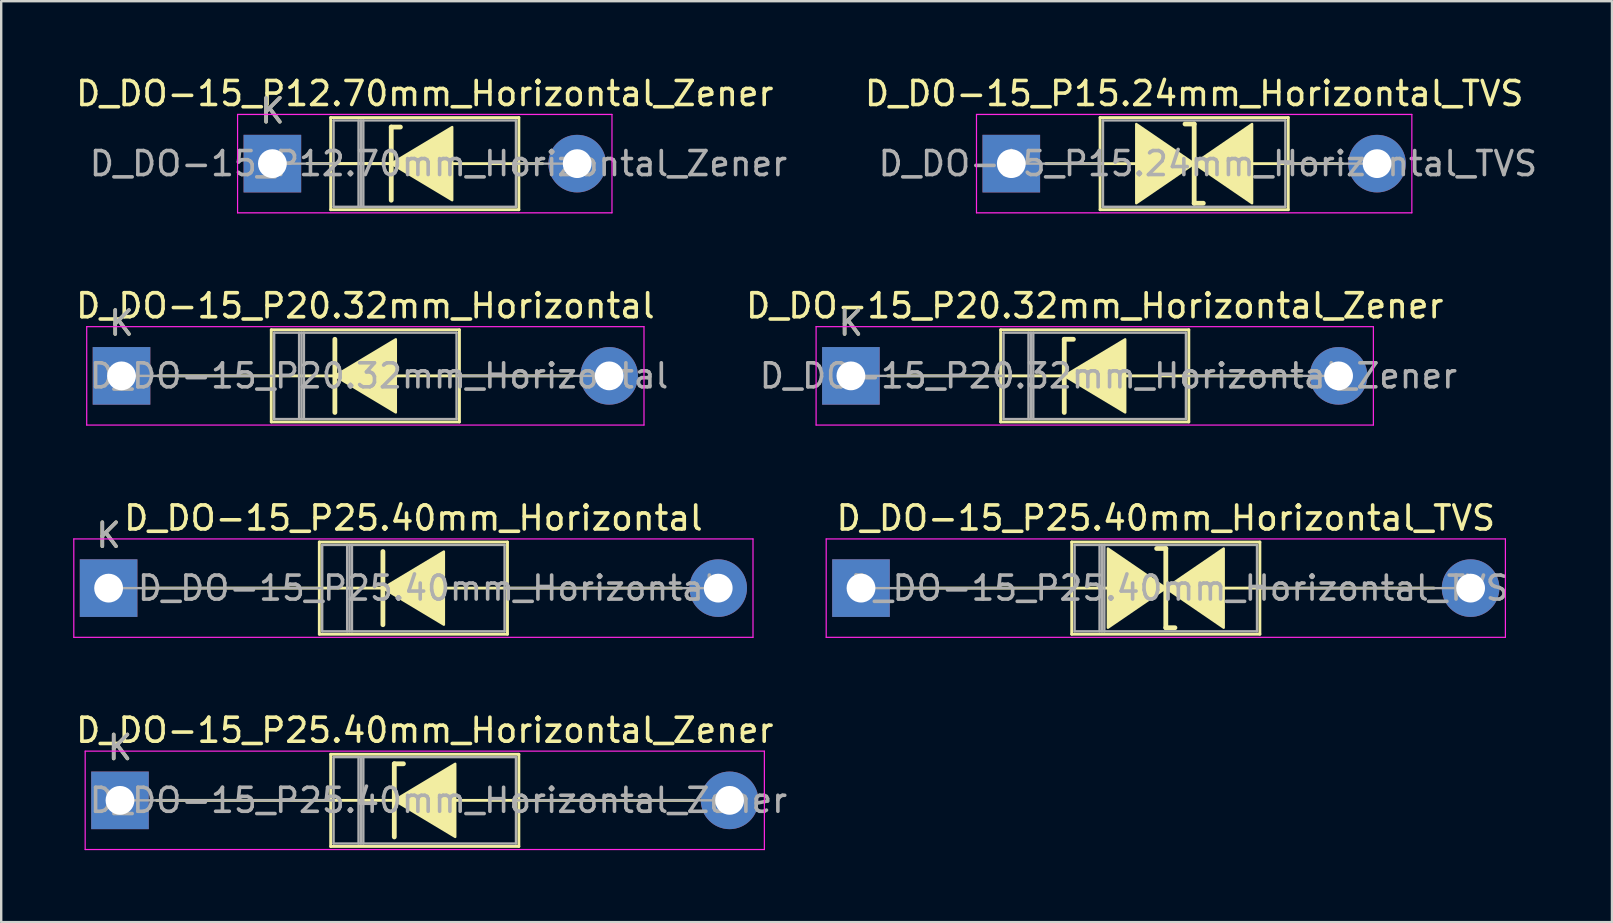
<source format=kicad_pcb>
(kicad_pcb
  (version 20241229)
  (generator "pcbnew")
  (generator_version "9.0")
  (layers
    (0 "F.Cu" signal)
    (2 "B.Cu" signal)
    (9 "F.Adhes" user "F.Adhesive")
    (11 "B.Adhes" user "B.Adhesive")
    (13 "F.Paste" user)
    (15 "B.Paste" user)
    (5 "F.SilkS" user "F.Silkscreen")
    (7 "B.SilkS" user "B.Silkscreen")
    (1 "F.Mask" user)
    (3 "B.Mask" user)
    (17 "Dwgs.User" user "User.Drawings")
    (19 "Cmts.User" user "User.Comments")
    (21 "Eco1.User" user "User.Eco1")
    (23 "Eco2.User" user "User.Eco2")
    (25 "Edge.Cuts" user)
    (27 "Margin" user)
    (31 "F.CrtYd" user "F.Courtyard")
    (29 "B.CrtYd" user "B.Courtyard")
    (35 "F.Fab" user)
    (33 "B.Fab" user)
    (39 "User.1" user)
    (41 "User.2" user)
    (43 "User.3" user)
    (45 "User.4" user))
  (footprint "D_DO-15_P12.70mm_Horizontal_Zener"
    (layer "F.Cu")
    (at 8.299 3.768)
    (property "Reference" "D_DO-15_P12.70mm_Horizontal_Zener" (at 6.35 -2.92 0) (layer "F.SilkS") (effects (font (size 1 1) (thickness 0.15))))
    (attr through_hole)
    (fp_line (start 1.44 0) (end 2.43 0) (stroke (width 0.12) (type solid)) (layer "F.SilkS"))
    (fp_line (start 2.413 0) (end 4.8 0) (stroke (width 0.12) (type solid)) (layer "F.SilkS"))
    (fp_line (start 2.43 -1.92) (end 2.43 1.92) (stroke (width 0.12) (type solid)) (layer "F.SilkS"))
    (fp_line (start 2.43 1.92) (end 10.27 1.92) (stroke (width 0.12) (type solid)) (layer "F.SilkS"))
    (fp_line (start 4.953 -1.524) (end 4.953 1.524) (stroke (width 0.2) (type solid)) (layer "F.SilkS"))
    (fp_line (start 4.953 -1.524) (end 5.334 -1.524) (stroke (width 0.2) (type solid)) (layer "F.SilkS"))
    (fp_line (start 4.953 0) (end 2.8 0) (stroke (width 0.12) (type solid)) (layer "F.SilkS"))
    (fp_line (start 10.27 -1.92) (end 2.43 -1.92) (stroke (width 0.12) (type solid)) (layer "F.SilkS"))
    (fp_line (start 10.27 0) (end 7.493 0) (stroke (width 0.12) (type solid)) (layer "F.SilkS"))
    (fp_line (start 10.27 1.92) (end 10.27 -1.92) (stroke (width 0.12) (type solid)) (layer "F.SilkS"))
    (fp_line (start 11.26 0) (end 10.27 0) (stroke (width 0.12) (type solid)) (layer "F.SilkS"))
    (fp_poly (pts (xy 7.493 1.524) (xy 4.953 0) (xy 7.493 -1.524)) (stroke (width 0.1) (type solid)) (fill yes) (layer "F.SilkS"))
    (fp_line (start -1.45 -2.05) (end -1.45 2.05) (stroke (width 0.05) (type solid)) (layer "F.CrtYd"))
    (fp_line (start -1.45 2.05) (end 14.15 2.05) (stroke (width 0.05) (type solid)) (layer "F.CrtYd"))
    (fp_line (start 14.15 -2.05) (end -1.45 -2.05) (stroke (width 0.05) (type solid)) (layer "F.CrtYd"))
    (fp_line (start 14.15 2.05) (end 14.15 -2.05) (stroke (width 0.05) (type solid)) (layer "F.CrtYd"))
    (fp_line (start 0 0) (end 2.55 0) (stroke (width 0.1) (type solid)) (layer "F.Fab"))
    (fp_line (start 2.55 -1.8) (end 2.55 1.8) (stroke (width 0.1) (type solid)) (layer "F.Fab"))
    (fp_line (start 2.55 1.8) (end 10.15 1.8) (stroke (width 0.1) (type solid)) (layer "F.Fab"))
    (fp_line (start 3.59 -1.8) (end 3.59 1.8) (stroke (width 0.1) (type solid)) (layer "F.Fab"))
    (fp_line (start 3.69 -1.8) (end 3.69 1.8) (stroke (width 0.1) (type solid)) (layer "F.Fab"))
    (fp_line (start 3.79 -1.8) (end 3.79 1.8) (stroke (width 0.1) (type solid)) (layer "F.Fab"))
    (fp_line (start 10.15 -1.8) (end 2.55 -1.8) (stroke (width 0.1) (type solid)) (layer "F.Fab"))
    (fp_line (start 10.15 1.8) (end 10.15 -1.8) (stroke (width 0.1) (type solid)) (layer "F.Fab"))
    (fp_line (start 12.7 0) (end 10.15 0) (stroke (width 0.1) (type solid)) (layer "F.Fab"))
    (fp_text user "K" (at 0 -2.2 0) (layer "F.SilkS") (effects (font (size 1 1) (thickness 0.15))))
    (fp_text user "K" (at 0 -2.2 0) (layer "F.Fab") (effects (font (size 1 1) (thickness 0.15))))
    (fp_text user "${REFERENCE}" (at 6.92 0 0) (layer "F.Fab") (effects (font (size 1 1) (thickness 0.15))))
    (pad "1" thru_hole rect (at 0 0) (size 2.4 2.4) (drill 1.2) (layers "*.Cu" "*.Mask"))
    (pad "2" thru_hole oval (at 12.7 0) (size 2.4 2.4) (drill 1.2) (layers "*.Cu" "*.Mask")))
  (footprint "D_DO-15_P15.24mm_Horizontal_TVS"
    (layer "F.Cu")
    (at 39.087 3.768)
    (property "Reference" "D_DO-15_P15.24mm_Horizontal_TVS" (at 7.62 -2.92 0) (layer "F.SilkS") (effects (font (size 1 1) (thickness 0.15))))
    (attr through_hole)
    (fp_line (start 1.44 0) (end 3.7 0) (stroke (width 0.12) (type solid)) (layer "F.SilkS"))
    (fp_line (start 3.683 0) (end 5.207 0) (stroke (width 0.12) (type solid)) (layer "F.SilkS"))
    (fp_line (start 3.7 -1.92) (end 3.7 1.92) (stroke (width 0.12) (type solid)) (layer "F.SilkS"))
    (fp_line (start 3.7 1.92) (end 11.54 1.92) (stroke (width 0.12) (type solid)) (layer "F.SilkS"))
    (fp_line (start 7.62 -1.651) (end 7.239 -1.651) (stroke (width 0.2) (type solid)) (layer "F.SilkS"))
    (fp_line (start 7.62 1.651) (end 7.62 -1.651) (stroke (width 0.2) (type solid)) (layer "F.SilkS"))
    (fp_line (start 8.001 1.651) (end 7.62 1.651) (stroke (width 0.2) (type solid)) (layer "F.SilkS"))
    (fp_line (start 11.54 -1.92) (end 3.7 -1.92) (stroke (width 0.12) (type solid)) (layer "F.SilkS"))
    (fp_line (start 11.54 1.92) (end 11.54 -1.92) (stroke (width 0.12) (type solid)) (layer "F.SilkS"))
    (fp_line (start 11.557 0) (end 10.033 0) (stroke (width 0.12) (type solid)) (layer "F.SilkS"))
    (fp_line (start 13.8 0) (end 11.54 0) (stroke (width 0.12) (type solid)) (layer "F.SilkS"))
    (fp_poly (pts (xy 7.62 0) (xy 5.207 1.651) (xy 5.207 -1.651)) (stroke (width 0.1) (type solid)) (fill yes) (layer "F.SilkS"))
    (fp_poly (pts (xy 7.62 0) (xy 10.033 -1.651) (xy 10.033 1.651)) (stroke (width 0.1) (type solid)) (fill yes) (layer "F.SilkS"))
    (fp_line (start -1.45 -2.05) (end -1.45 2.05) (stroke (width 0.05) (type solid)) (layer "F.CrtYd"))
    (fp_line (start -1.45 2.05) (end 16.69 2.05) (stroke (width 0.05) (type solid)) (layer "F.CrtYd"))
    (fp_line (start 16.69 -2.05) (end -1.45 -2.05) (stroke (width 0.05) (type solid)) (layer "F.CrtYd"))
    (fp_line (start 16.69 2.05) (end 16.69 -2.05) (stroke (width 0.05) (type solid)) (layer "F.CrtYd"))
    (fp_line (start 0 0) (end 3.82 0) (stroke (width 0.1) (type solid)) (layer "F.Fab"))
    (fp_line (start 3.82 -1.8) (end 3.82 1.8) (stroke (width 0.1) (type solid)) (layer "F.Fab"))
    (fp_line (start 3.82 1.8) (end 11.42 1.8) (stroke (width 0.1) (type solid)) (layer "F.Fab"))
    (fp_line (start 11.42 -1.8) (end 3.82 -1.8) (stroke (width 0.1) (type solid)) (layer "F.Fab"))
    (fp_line (start 11.42 1.8) (end 11.42 -1.8) (stroke (width 0.1) (type solid)) (layer "F.Fab"))
    (fp_line (start 15.24 0) (end 11.42 0) (stroke (width 0.1) (type solid)) (layer "F.Fab"))
    (fp_text user "${REFERENCE}" (at 8.19 0 0) (layer "F.Fab") (effects (font (size 1 1) (thickness 0.15))))
    (pad "1" thru_hole rect (at 0 0) (size 2.4 2.4) (drill 1.2) (layers "*.Cu" "*.Mask"))
    (pad "2" thru_hole oval (at 15.24 0) (size 2.4 2.4) (drill 1.2) (layers "*.Cu" "*.Mask")))
  (footprint "D_DO-15_P25.40mm_Horizontal_Zener"
    (layer "F.Cu")
    (at 1.949 30.298)
    (property "Reference" "D_DO-15_P25.40mm_Horizontal_Zener" (at 12.7 -2.92 0) (layer "F.SilkS") (effects (font (size 1 1) (thickness 0.15))))
    (attr through_hole)
    (fp_line (start 1.524 0) (end 8.78 0) (stroke (width 0.12) (type solid)) (layer "F.SilkS"))
    (fp_line (start 8.78 -1.92) (end 8.78 1.92) (stroke (width 0.12) (type solid)) (layer "F.SilkS"))
    (fp_line (start 8.78 1.92) (end 16.62 1.92) (stroke (width 0.12) (type solid)) (layer "F.SilkS"))
    (fp_line (start 11.43 -1.524) (end 11.43 1.524) (stroke (width 0.2) (type solid)) (layer "F.SilkS"))
    (fp_line (start 11.43 -1.524) (end 11.811 -1.524) (stroke (width 0.2) (type solid)) (layer "F.SilkS"))
    (fp_line (start 11.43 0) (end 8.78 0) (stroke (width 0.12) (type solid)) (layer "F.SilkS"))
    (fp_line (start 16.62 -1.92) (end 8.78 -1.92) (stroke (width 0.12) (type solid)) (layer "F.SilkS"))
    (fp_line (start 16.62 0) (end 13.97 0) (stroke (width 0.12) (type solid)) (layer "F.SilkS"))
    (fp_line (start 16.62 1.92) (end 16.62 -1.92) (stroke (width 0.12) (type solid)) (layer "F.SilkS"))
    (fp_line (start 23.876 0) (end 16.62 0) (stroke (width 0.12) (type solid)) (layer "F.SilkS"))
    (fp_poly (pts (xy 13.97 1.524) (xy 11.43 0) (xy 13.97 -1.524)) (stroke (width 0.1) (type solid)) (fill yes) (layer "F.SilkS"))
    (fp_line (start -1.45 -2.05) (end -1.45 2.05) (stroke (width 0.05) (type solid)) (layer "F.CrtYd"))
    (fp_line (start -1.45 2.05) (end 26.85 2.05) (stroke (width 0.05) (type solid)) (layer "F.CrtYd"))
    (fp_line (start 26.85 -2.05) (end -1.45 -2.05) (stroke (width 0.05) (type solid)) (layer "F.CrtYd"))
    (fp_line (start 26.85 2.05) (end 26.85 -2.05) (stroke (width 0.05) (type solid)) (layer "F.CrtYd"))
    (fp_line (start 0 0) (end 8.9 0) (stroke (width 0.1) (type solid)) (layer "F.Fab"))
    (fp_line (start 8.9 -1.8) (end 8.9 1.8) (stroke (width 0.1) (type solid)) (layer "F.Fab"))
    (fp_line (start 8.9 1.8) (end 16.5 1.8) (stroke (width 0.1) (type solid)) (layer "F.Fab"))
    (fp_line (start 9.94 -1.8) (end 9.94 1.8) (stroke (width 0.1) (type solid)) (layer "F.Fab"))
    (fp_line (start 10.04 -1.8) (end 10.04 1.8) (stroke (width 0.1) (type solid)) (layer "F.Fab"))
    (fp_line (start 10.14 -1.8) (end 10.14 1.8) (stroke (width 0.1) (type solid)) (layer "F.Fab"))
    (fp_line (start 16.5 -1.8) (end 8.9 -1.8) (stroke (width 0.1) (type solid)) (layer "F.Fab"))
    (fp_line (start 16.5 1.8) (end 16.5 -1.8) (stroke (width 0.1) (type solid)) (layer "F.Fab"))
    (fp_line (start 25.4 0) (end 16.5 0) (stroke (width 0.1) (type solid)) (layer "F.Fab"))
    (fp_text user "K" (at 0 -2.2 0) (layer "F.SilkS") (effects (font (size 1 1) (thickness 0.15))))
    (fp_text user "${REFERENCE}" (at 13.27 0 0) (layer "F.Fab") (effects (font (size 1 1) (thickness 0.15))))
    (fp_text user "K" (at 0 -2.2 0) (layer "F.Fab") (effects (font (size 1 1) (thickness 0.15))))
    (pad "1" thru_hole rect (at 0 0) (size 2.4 2.4) (drill 1.2) (layers "*.Cu" "*.Mask"))
    (pad "2" thru_hole oval (at 25.4 0) (size 2.4 2.4) (drill 1.2) (layers "*.Cu" "*.Mask")))
  (footprint "D_DO-15_P25.40mm_Horizontal"
    (layer "F.Cu")
    (at 1.475 21.455)
    (property "Reference" "D_DO-15_P25.40mm_Horizontal" (at 12.7 -2.92 0) (layer "F.SilkS") (effects (font (size 1 1) (thickness 0.15))))
    (attr through_hole)
    (fp_line (start 1.524 0) (end 8.78 0) (stroke (width 0.12) (type solid)) (layer "F.SilkS"))
    (fp_line (start 8.78 -1.92) (end 8.78 1.92) (stroke (width 0.12) (type solid)) (layer "F.SilkS"))
    (fp_line (start 8.78 1.92) (end 16.62 1.92) (stroke (width 0.12) (type solid)) (layer "F.SilkS"))
    (fp_line (start 11.43 -1.524) (end 11.43 1.524) (stroke (width 0.2) (type solid)) (layer "F.SilkS"))
    (fp_line (start 11.43 0) (end 8.78 0) (stroke (width 0.12) (type solid)) (layer "F.SilkS"))
    (fp_line (start 16.62 -1.92) (end 8.78 -1.92) (stroke (width 0.12) (type solid)) (layer "F.SilkS"))
    (fp_line (start 16.62 0) (end 13.97 0) (stroke (width 0.12) (type solid)) (layer "F.SilkS"))
    (fp_line (start 16.62 1.92) (end 16.62 -1.92) (stroke (width 0.12) (type solid)) (layer "F.SilkS"))
    (fp_line (start 23.876 0) (end 16.62 0) (stroke (width 0.12) (type solid)) (layer "F.SilkS"))
    (fp_poly (pts (xy 13.97 1.524) (xy 11.43 0) (xy 13.97 -1.524)) (stroke (width 0.1) (type solid)) (fill yes) (layer "F.SilkS"))
    (fp_line (start -1.45 -2.05) (end -1.45 2.05) (stroke (width 0.05) (type solid)) (layer "F.CrtYd"))
    (fp_line (start -1.45 2.05) (end 26.85 2.05) (stroke (width 0.05) (type solid)) (layer "F.CrtYd"))
    (fp_line (start 26.85 -2.05) (end -1.45 -2.05) (stroke (width 0.05) (type solid)) (layer "F.CrtYd"))
    (fp_line (start 26.85 2.05) (end 26.85 -2.05) (stroke (width 0.05) (type solid)) (layer "F.CrtYd"))
    (fp_line (start 0 0) (end 8.9 0) (stroke (width 0.1) (type solid)) (layer "F.Fab"))
    (fp_line (start 8.9 -1.8) (end 8.9 1.8) (stroke (width 0.1) (type solid)) (layer "F.Fab"))
    (fp_line (start 8.9 1.8) (end 16.5 1.8) (stroke (width 0.1) (type solid)) (layer "F.Fab"))
    (fp_line (start 9.94 -1.8) (end 9.94 1.8) (stroke (width 0.1) (type solid)) (layer "F.Fab"))
    (fp_line (start 10.04 -1.8) (end 10.04 1.8) (stroke (width 0.1) (type solid)) (layer "F.Fab"))
    (fp_line (start 10.14 -1.8) (end 10.14 1.8) (stroke (width 0.1) (type solid)) (layer "F.Fab"))
    (fp_line (start 16.5 -1.8) (end 8.9 -1.8) (stroke (width 0.1) (type solid)) (layer "F.Fab"))
    (fp_line (start 16.5 1.8) (end 16.5 -1.8) (stroke (width 0.1) (type solid)) (layer "F.Fab"))
    (fp_line (start 25.4 0) (end 16.5 0) (stroke (width 0.1) (type solid)) (layer "F.Fab"))
    (fp_text user "K" (at 0 -2.2 0) (layer "F.SilkS") (effects (font (size 1 1) (thickness 0.15))))
    (fp_text user "K" (at 0 -2.2 0) (layer "F.Fab") (effects (font (size 1 1) (thickness 0.15))))
    (fp_text user "${REFERENCE}" (at 13.27 0 0) (layer "F.Fab") (effects (font (size 1 1) (thickness 0.15))))
    (pad "1" thru_hole rect (at 0 0) (size 2.4 2.4) (drill 1.2) (layers "*.Cu" "*.Mask"))
    (pad "2" thru_hole oval (at 25.4 0) (size 2.4 2.4) (drill 1.2) (layers "*.Cu" "*.Mask")))
  (footprint "D_DO-15_P20.32mm_Horizontal_Zener"
    (layer "F.Cu")
    (at 32.404 12.611)
    (property "Reference" "D_DO-15_P20.32mm_Horizontal_Zener" (at 10.16 -2.92 0) (layer "F.SilkS") (effects (font (size 1 1) (thickness 0.15))))
    (attr through_hole)
    (fp_line (start 1.524 0) (end 6.24 0) (stroke (width 0.12) (type solid)) (layer "F.SilkS"))
    (fp_line (start 6.24 -1.92) (end 6.24 1.92) (stroke (width 0.12) (type solid)) (layer "F.SilkS"))
    (fp_line (start 6.24 1.92) (end 14.08 1.92) (stroke (width 0.12) (type solid)) (layer "F.SilkS"))
    (fp_line (start 8.89 -1.524) (end 8.89 1.524) (stroke (width 0.2) (type solid)) (layer "F.SilkS"))
    (fp_line (start 8.89 -1.524) (end 9.271 -1.524) (stroke (width 0.2) (type solid)) (layer "F.SilkS"))
    (fp_line (start 8.89 0) (end 6.24 0) (stroke (width 0.12) (type solid)) (layer "F.SilkS"))
    (fp_line (start 14.08 -1.92) (end 6.24 -1.92) (stroke (width 0.12) (type solid)) (layer "F.SilkS"))
    (fp_line (start 14.08 0) (end 11.43 0) (stroke (width 0.12) (type solid)) (layer "F.SilkS"))
    (fp_line (start 14.08 1.92) (end 14.08 -1.92) (stroke (width 0.12) (type solid)) (layer "F.SilkS"))
    (fp_line (start 18.796 0) (end 14.08 0) (stroke (width 0.12) (type solid)) (layer "F.SilkS"))
    (fp_poly (pts (xy 11.43 1.524) (xy 8.89 0) (xy 11.43 -1.524)) (stroke (width 0.1) (type solid)) (fill yes) (layer "F.SilkS"))
    (fp_line (start -1.45 -2.05) (end -1.45 2.05) (stroke (width 0.05) (type solid)) (layer "F.CrtYd"))
    (fp_line (start -1.45 2.05) (end 21.77 2.05) (stroke (width 0.05) (type solid)) (layer "F.CrtYd"))
    (fp_line (start 21.77 -2.05) (end -1.45 -2.05) (stroke (width 0.05) (type solid)) (layer "F.CrtYd"))
    (fp_line (start 21.77 2.05) (end 21.77 -2.05) (stroke (width 0.05) (type solid)) (layer "F.CrtYd"))
    (fp_line (start 0 0) (end 6.36 0) (stroke (width 0.1) (type solid)) (layer "F.Fab"))
    (fp_line (start 6.36 -1.8) (end 6.36 1.8) (stroke (width 0.1) (type solid)) (layer "F.Fab"))
    (fp_line (start 6.36 1.8) (end 13.96 1.8) (stroke (width 0.1) (type solid)) (layer "F.Fab"))
    (fp_line (start 7.4 -1.8) (end 7.4 1.8) (stroke (width 0.1) (type solid)) (layer "F.Fab"))
    (fp_line (start 7.5 -1.8) (end 7.5 1.8) (stroke (width 0.1) (type solid)) (layer "F.Fab"))
    (fp_line (start 7.6 -1.8) (end 7.6 1.8) (stroke (width 0.1) (type solid)) (layer "F.Fab"))
    (fp_line (start 13.96 -1.8) (end 6.36 -1.8) (stroke (width 0.1) (type solid)) (layer "F.Fab"))
    (fp_line (start 13.96 1.8) (end 13.96 -1.8) (stroke (width 0.1) (type solid)) (layer "F.Fab"))
    (fp_line (start 20.32 0) (end 13.96 0) (stroke (width 0.1) (type solid)) (layer "F.Fab"))
    (fp_text user "K" (at 0 -2.2 0) (layer "F.SilkS") (effects (font (size 1 1) (thickness 0.15))))
    (fp_text user "K" (at 0 -2.2 0) (layer "F.Fab") (effects (font (size 1 1) (thickness 0.15))))
    (fp_text user "${REFERENCE}" (at 10.73 0 0) (layer "F.Fab") (effects (font (size 1 1) (thickness 0.15))))
    (pad "1" thru_hole rect (at 0 0) (size 2.4 2.4) (drill 1.2) (layers "*.Cu" "*.Mask"))
    (pad "2" thru_hole oval (at 20.32 0) (size 2.4 2.4) (drill 1.2) (layers "*.Cu" "*.Mask")))
  (footprint "D_DO-15_P25.40mm_Horizontal_TVS"
    (layer "F.Cu")
    (at 32.825 21.455)
    (property "Reference" "D_DO-15_P25.40mm_Horizontal_TVS" (at 12.7 -2.92 0) (layer "F.SilkS") (effects (font (size 1 1) (thickness 0.15))))
    (attr through_hole)
    (fp_line (start 1.524 0) (end 8.78 0) (stroke (width 0.12) (type solid)) (layer "F.SilkS"))
    (fp_line (start 8.78 -1.92) (end 8.78 1.92) (stroke (width 0.12) (type solid)) (layer "F.SilkS"))
    (fp_line (start 8.78 0) (end 10.287 0) (stroke (width 0.12) (type solid)) (layer "F.SilkS"))
    (fp_line (start 8.78 1.92) (end 16.62 1.92) (stroke (width 0.12) (type solid)) (layer "F.SilkS"))
    (fp_line (start 12.7 -1.651) (end 12.319 -1.651) (stroke (width 0.2) (type solid)) (layer "F.SilkS"))
    (fp_line (start 12.7 1.651) (end 12.7 -1.651) (stroke (width 0.2) (type solid)) (layer "F.SilkS"))
    (fp_line (start 13.081 1.651) (end 12.7 1.651) (stroke (width 0.2) (type solid)) (layer "F.SilkS"))
    (fp_line (start 16.62 -1.92) (end 8.78 -1.92) (stroke (width 0.12) (type solid)) (layer "F.SilkS"))
    (fp_line (start 16.62 1.92) (end 16.62 -1.92) (stroke (width 0.12) (type solid)) (layer "F.SilkS"))
    (fp_line (start 16.637 0) (end 15.113 0) (stroke (width 0.12) (type solid)) (layer "F.SilkS"))
    (fp_line (start 23.876 0) (end 16.62 0) (stroke (width 0.12) (type solid)) (layer "F.SilkS"))
    (fp_poly (pts (xy 12.7 0) (xy 10.287 1.651) (xy 10.287 -1.651)) (stroke (width 0.1) (type solid)) (fill yes) (layer "F.SilkS"))
    (fp_poly (pts (xy 12.7 0) (xy 15.113 -1.651) (xy 15.113 1.651)) (stroke (width 0.1) (type solid)) (fill yes) (layer "F.SilkS"))
    (fp_line (start -1.45 -2.05) (end -1.45 2.05) (stroke (width 0.05) (type solid)) (layer "F.CrtYd"))
    (fp_line (start -1.45 2.05) (end 26.85 2.05) (stroke (width 0.05) (type solid)) (layer "F.CrtYd"))
    (fp_line (start 26.85 -2.05) (end -1.45 -2.05) (stroke (width 0.05) (type solid)) (layer "F.CrtYd"))
    (fp_line (start 26.85 2.05) (end 26.85 -2.05) (stroke (width 0.05) (type solid)) (layer "F.CrtYd"))
    (fp_line (start 0 0) (end 8.9 0) (stroke (width 0.1) (type solid)) (layer "F.Fab"))
    (fp_line (start 8.9 -1.8) (end 8.9 1.8) (stroke (width 0.1) (type solid)) (layer "F.Fab"))
    (fp_line (start 8.9 1.8) (end 16.5 1.8) (stroke (width 0.1) (type solid)) (layer "F.Fab"))
    (fp_line (start 9.94 -1.8) (end 9.94 1.8) (stroke (width 0.1) (type solid)) (layer "F.Fab"))
    (fp_line (start 10.04 -1.8) (end 10.04 1.8) (stroke (width 0.1) (type solid)) (layer "F.Fab"))
    (fp_line (start 10.14 -1.8) (end 10.14 1.8) (stroke (width 0.1) (type solid)) (layer "F.Fab"))
    (fp_line (start 16.5 -1.8) (end 8.9 -1.8) (stroke (width 0.1) (type solid)) (layer "F.Fab"))
    (fp_line (start 16.5 1.8) (end 16.5 -1.8) (stroke (width 0.1) (type solid)) (layer "F.Fab"))
    (fp_line (start 25.4 0) (end 16.5 0) (stroke (width 0.1) (type solid)) (layer "F.Fab"))
    (fp_text user "${REFERENCE}" (at 13.27 0 0) (layer "F.Fab") (effects (font (size 1 1) (thickness 0.15))))
    (pad "1" thru_hole rect (at 0 0) (size 2.4 2.4) (drill 1.2) (layers "*.Cu" "*.Mask"))
    (pad "2" thru_hole oval (at 25.4 0) (size 2.4 2.4) (drill 1.2) (layers "*.Cu" "*.Mask")))
  (footprint "D_DO-15_P20.32mm_Horizontal"
    (layer "F.Cu")
    (at 2.013 12.611)
    (property "Reference" "D_DO-15_P20.32mm_Horizontal" (at 10.16 -2.92 0) (layer "F.SilkS") (effects (font (size 1 1) (thickness 0.15))))
    (attr through_hole)
    (fp_line (start 1.524 0) (end 6.24 0) (stroke (width 0.12) (type solid)) (layer "F.SilkS"))
    (fp_line (start 6.24 -1.92) (end 6.24 1.92) (stroke (width 0.12) (type solid)) (layer "F.SilkS"))
    (fp_line (start 6.24 1.92) (end 14.08 1.92) (stroke (width 0.12) (type solid)) (layer "F.SilkS"))
    (fp_line (start 8.89 -1.524) (end 8.89 1.524) (stroke (width 0.2) (type solid)) (layer "F.SilkS"))
    (fp_line (start 8.89 0) (end 6.24 0) (stroke (width 0.12) (type solid)) (layer "F.SilkS"))
    (fp_line (start 14.08 -1.92) (end 6.24 -1.92) (stroke (width 0.12) (type solid)) (layer "F.SilkS"))
    (fp_line (start 14.08 0) (end 11.43 0) (stroke (width 0.12) (type solid)) (layer "F.SilkS"))
    (fp_line (start 14.08 1.92) (end 14.08 -1.92) (stroke (width 0.12) (type solid)) (layer "F.SilkS"))
    (fp_line (start 18.796 0) (end 14.08 0) (stroke (width 0.12) (type solid)) (layer "F.SilkS"))
    (fp_poly (pts (xy 11.43 1.524) (xy 8.89 0) (xy 11.43 -1.524)) (stroke (width 0.1) (type solid)) (fill yes) (layer "F.SilkS"))
    (fp_line (start -1.45 -2.05) (end -1.45 2.05) (stroke (width 0.05) (type solid)) (layer "F.CrtYd"))
    (fp_line (start -1.45 2.05) (end 21.77 2.05) (stroke (width 0.05) (type solid)) (layer "F.CrtYd"))
    (fp_line (start 21.77 -2.05) (end -1.45 -2.05) (stroke (width 0.05) (type solid)) (layer "F.CrtYd"))
    (fp_line (start 21.77 2.05) (end 21.77 -2.05) (stroke (width 0.05) (type solid)) (layer "F.CrtYd"))
    (fp_line (start 0 0) (end 6.36 0) (stroke (width 0.1) (type solid)) (layer "F.Fab"))
    (fp_line (start 6.36 -1.8) (end 6.36 1.8) (stroke (width 0.1) (type solid)) (layer "F.Fab"))
    (fp_line (start 6.36 1.8) (end 13.96 1.8) (stroke (width 0.1) (type solid)) (layer "F.Fab"))
    (fp_line (start 7.4 -1.8) (end 7.4 1.8) (stroke (width 0.1) (type solid)) (layer "F.Fab"))
    (fp_line (start 7.5 -1.8) (end 7.5 1.8) (stroke (width 0.1) (type solid)) (layer "F.Fab"))
    (fp_line (start 7.6 -1.8) (end 7.6 1.8) (stroke (width 0.1) (type solid)) (layer "F.Fab"))
    (fp_line (start 13.96 -1.8) (end 6.36 -1.8) (stroke (width 0.1) (type solid)) (layer "F.Fab"))
    (fp_line (start 13.96 1.8) (end 13.96 -1.8) (stroke (width 0.1) (type solid)) (layer "F.Fab"))
    (fp_line (start 20.32 0) (end 13.96 0) (stroke (width 0.1) (type solid)) (layer "F.Fab"))
    (fp_text user "K" (at 0 -2.2 0) (layer "F.SilkS") (effects (font (size 1 1) (thickness 0.15))))
    (fp_text user "K" (at 0 -2.2 0) (layer "F.Fab") (effects (font (size 1 1) (thickness 0.15))))
    (fp_text user "${REFERENCE}" (at 10.73 0 0) (layer "F.Fab") (effects (font (size 1 1) (thickness 0.15))))
    (pad "1" thru_hole rect (at 0 0) (size 2.4 2.4) (drill 1.2) (layers "*.Cu" "*.Mask"))
    (pad "2" thru_hole oval (at 20.32 0) (size 2.4 2.4) (drill 1.2) (layers "*.Cu" "*.Mask")))
  (gr_rect
    (start -3 -3)
    (end 64.116 35.373)
    (stroke (width 0.1) (type default))
    (fill no)
    (layer "Edge.Cuts")))
</source>
